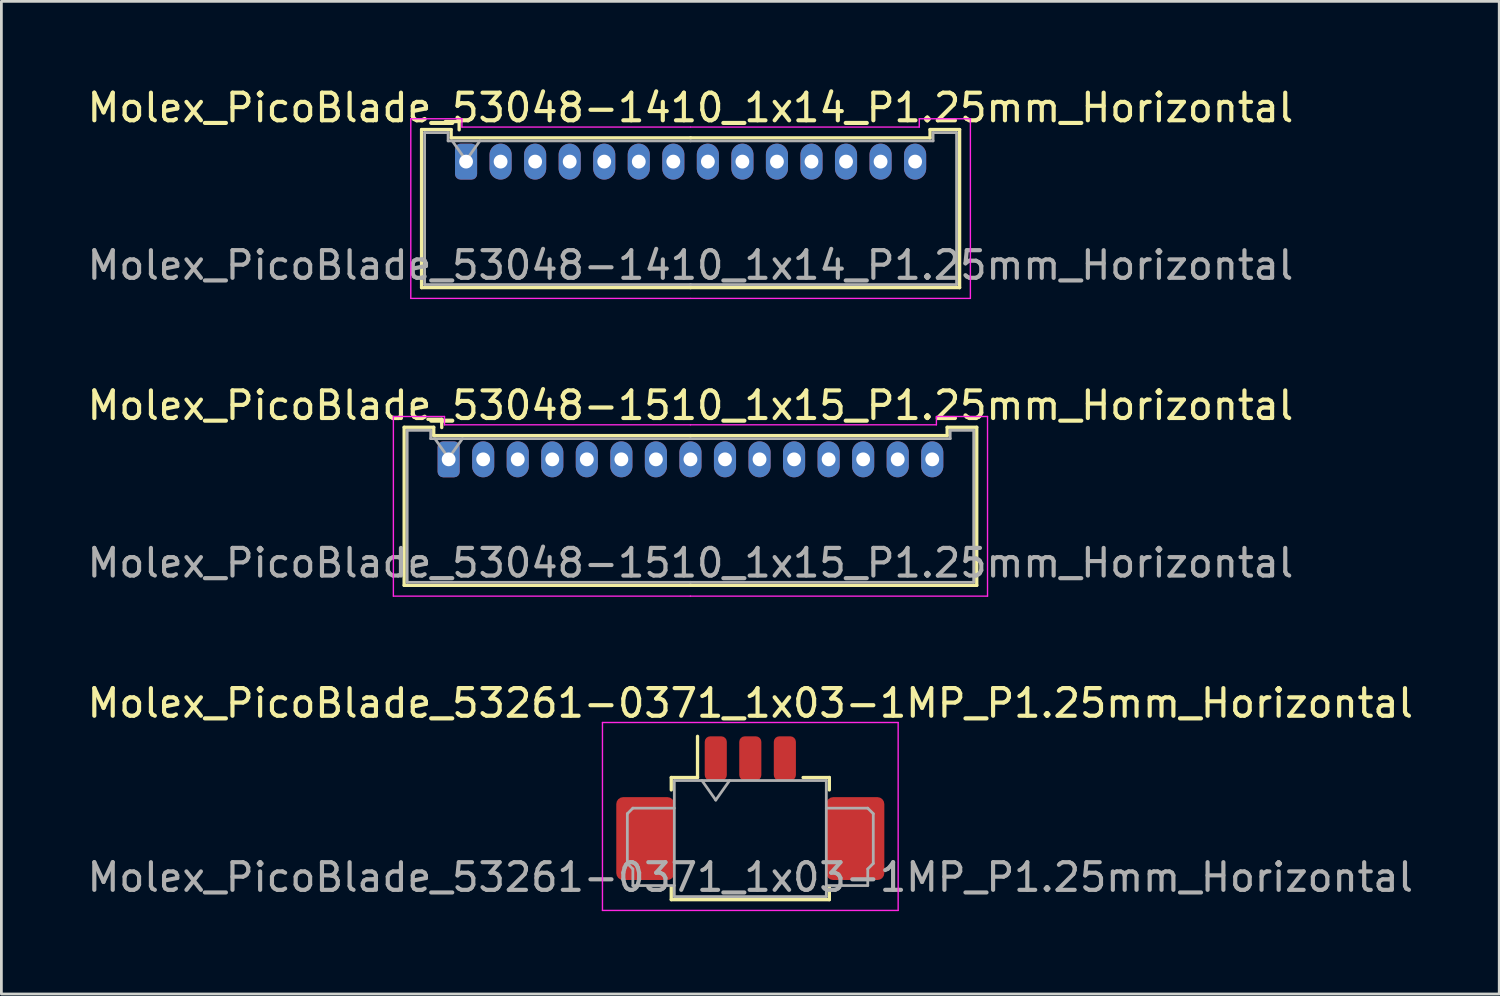
<source format=kicad_pcb>
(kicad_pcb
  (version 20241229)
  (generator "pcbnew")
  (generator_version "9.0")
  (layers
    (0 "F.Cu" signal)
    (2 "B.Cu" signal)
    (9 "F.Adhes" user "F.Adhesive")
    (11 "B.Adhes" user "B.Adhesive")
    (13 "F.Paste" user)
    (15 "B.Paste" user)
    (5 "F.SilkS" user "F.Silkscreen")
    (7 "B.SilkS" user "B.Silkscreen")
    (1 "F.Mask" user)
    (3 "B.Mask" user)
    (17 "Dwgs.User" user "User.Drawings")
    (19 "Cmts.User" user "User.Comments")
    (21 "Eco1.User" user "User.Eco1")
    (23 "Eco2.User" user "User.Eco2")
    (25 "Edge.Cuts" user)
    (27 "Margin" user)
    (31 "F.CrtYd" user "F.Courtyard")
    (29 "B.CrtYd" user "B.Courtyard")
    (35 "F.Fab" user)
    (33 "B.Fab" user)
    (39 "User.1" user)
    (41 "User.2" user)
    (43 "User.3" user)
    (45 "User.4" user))
  (footprint "Molex_PicoBlade_53261-0371_1x03-1MP_P1.25mm_Horizontal"
    (layer "F.Cu")
    (at 24.101 26.795)
    (property "Reference" "Molex_PicoBlade_53261-0371_1x03-1MP_P1.25mm_Horizontal" (at 0 -4.4 0) (layer "F.SilkS") (effects (font (size 1 1) (thickness 0.15))))
    (attr smd)
    (fp_line (start -2.86 -1.71) (end -1.91 -1.71) (stroke (width 0.12) (type solid)) (layer "F.SilkS"))
    (fp_line (start -2.86 -1.26) (end -2.86 -1.71) (stroke (width 0.12) (type solid)) (layer "F.SilkS"))
    (fp_line (start -2.86 2.26) (end -2.86 2.71) (stroke (width 0.12) (type solid)) (layer "F.SilkS"))
    (fp_line (start -2.86 2.71) (end 2.86 2.71) (stroke (width 0.12) (type solid)) (layer "F.SilkS"))
    (fp_line (start -1.91 -1.71) (end -1.91 -3.2) (stroke (width 0.12) (type solid)) (layer "F.SilkS"))
    (fp_line (start 2.86 -1.71) (end 1.91 -1.71) (stroke (width 0.12) (type solid)) (layer "F.SilkS"))
    (fp_line (start 2.86 -1.26) (end 2.86 -1.71) (stroke (width 0.12) (type solid)) (layer "F.SilkS"))
    (fp_line (start 2.86 2.71) (end 2.86 2.26) (stroke (width 0.12) (type solid)) (layer "F.SilkS"))
    (fp_line (start -5.35 -3.7) (end -5.35 3.1) (stroke (width 0.05) (type solid)) (layer "F.CrtYd"))
    (fp_line (start -5.35 3.1) (end 5.35 3.1) (stroke (width 0.05) (type solid)) (layer "F.CrtYd"))
    (fp_line (start 5.35 -3.7) (end -5.35 -3.7) (stroke (width 0.05) (type solid)) (layer "F.CrtYd"))
    (fp_line (start 5.35 3.1) (end 5.35 -3.7) (stroke (width 0.05) (type solid)) (layer "F.CrtYd"))
    (fp_line (start -4.45 -0.4) (end -4.45 1.4) (stroke (width 0.1) (type solid)) (layer "F.Fab"))
    (fp_line (start -4.45 1.4) (end -4.25 1.6) (stroke (width 0.1) (type solid)) (layer "F.Fab"))
    (fp_line (start -4.25 -0.6) (end -4.45 -0.4) (stroke (width 0.1) (type solid)) (layer "F.Fab"))
    (fp_line (start -4.25 1.6) (end -4.25 2.2) (stroke (width 0.1) (type solid)) (layer "F.Fab"))
    (fp_line (start -4.25 2.2) (end -2.75 2.2) (stroke (width 0.1) (type solid)) (layer "F.Fab"))
    (fp_line (start -2.75 -1.6) (end -2.75 2.6) (stroke (width 0.1) (type solid)) (layer "F.Fab"))
    (fp_line (start -2.75 -1.6) (end 2.75 -1.6) (stroke (width 0.1) (type solid)) (layer "F.Fab"))
    (fp_line (start -2.75 -0.6) (end -4.25 -0.6) (stroke (width 0.1) (type solid)) (layer "F.Fab"))
    (fp_line (start -2.75 2.6) (end 2.75 2.6) (stroke (width 0.1) (type solid)) (layer "F.Fab"))
    (fp_line (start -1.75 -1.6) (end -1.25 -0.893) (stroke (width 0.1) (type solid)) (layer "F.Fab"))
    (fp_line (start -1.25 -0.893) (end -0.75 -1.6) (stroke (width 0.1) (type solid)) (layer "F.Fab"))
    (fp_line (start 2.75 -1.6) (end 2.75 2.6) (stroke (width 0.1) (type solid)) (layer "F.Fab"))
    (fp_line (start 2.75 -0.6) (end 4.25 -0.6) (stroke (width 0.1) (type solid)) (layer "F.Fab"))
    (fp_line (start 4.25 -0.6) (end 4.45 -0.4) (stroke (width 0.1) (type solid)) (layer "F.Fab"))
    (fp_line (start 4.25 1.6) (end 4.25 2.2) (stroke (width 0.1) (type solid)) (layer "F.Fab"))
    (fp_line (start 4.25 2.2) (end 2.75 2.2) (stroke (width 0.1) (type solid)) (layer "F.Fab"))
    (fp_line (start 4.45 -0.4) (end 4.45 1.4) (stroke (width 0.1) (type solid)) (layer "F.Fab"))
    (fp_line (start 4.45 1.4) (end 4.25 1.6) (stroke (width 0.1) (type solid)) (layer "F.Fab"))
    (fp_text user "${REFERENCE}" (at 0 1.9 0) (layer "F.Fab") (effects (font (size 1 1) (thickness 0.15))))
    (pad "1" smd roundrect (at -1.25 -2.4) (size 0.8 1.6) (layers "F.Cu" "F.Mask" "F.Paste") (roundrect_rratio 0.25))
    (pad "2" smd roundrect (at 0 -2.4) (size 0.8 1.6) (layers "F.Cu" "F.Mask" "F.Paste") (roundrect_rratio 0.25))
    (pad "3" smd roundrect (at 1.25 -2.4) (size 0.8 1.6) (layers "F.Cu" "F.Mask" "F.Paste") (roundrect_rratio 0.25))
    (pad "MP" smd roundrect (at -3.8 0.5) (size 2.1 3) (layers "F.Cu" "F.Mask" "F.Paste") (roundrect_rratio 0.119))
    (pad "MP" smd roundrect (at 3.8 0.5) (size 2.1 3) (layers "F.Cu" "F.Mask" "F.Paste") (roundrect_rratio 0.119)))
  (footprint "Molex_PicoBlade_53048-1410_1x14_P1.25mm_Horizontal"
    (layer "F.Cu")
    (at 13.815 2.798)
    (property "Reference" "Molex_PicoBlade_53048-1410_1x14_P1.25mm_Horizontal" (at 8.12 -1.95 0) (layer "F.SilkS") (effects (font (size 1 1) (thickness 0.15))))
    (attr through_hole)
    (fp_line (start -1.61 -1.16) (end -1.61 4.56) (stroke (width 0.12) (type solid)) (layer "F.SilkS"))
    (fp_line (start -1.61 4.56) (end 8.125 4.56) (stroke (width 0.12) (type solid)) (layer "F.SilkS"))
    (fp_line (start -0.54 -1.16) (end -1.61 -1.16) (stroke (width 0.12) (type solid)) (layer "F.SilkS"))
    (fp_line (start -0.54 -0.86) (end -0.54 -1.16) (stroke (width 0.12) (type solid)) (layer "F.SilkS"))
    (fp_line (start -0.25 -1.45) (end -0.75 -1.45) (stroke (width 0.12) (type solid)) (layer "F.SilkS"))
    (fp_line (start -0.25 -1.15) (end -0.25 -1.45) (stroke (width 0.12) (type solid)) (layer "F.SilkS"))
    (fp_line (start 8.125 -0.86) (end -0.54 -0.86) (stroke (width 0.12) (type solid)) (layer "F.SilkS"))
    (fp_line (start 8.125 -0.86) (end 16.79 -0.86) (stroke (width 0.12) (type solid)) (layer "F.SilkS"))
    (fp_line (start 16.79 -1.16) (end 17.86 -1.16) (stroke (width 0.12) (type solid)) (layer "F.SilkS"))
    (fp_line (start 16.79 -0.86) (end 16.79 -1.16) (stroke (width 0.12) (type solid)) (layer "F.SilkS"))
    (fp_line (start 17.86 -1.16) (end 17.86 4.56) (stroke (width 0.12) (type solid)) (layer "F.SilkS"))
    (fp_line (start 17.86 4.56) (end 8.125 4.56) (stroke (width 0.12) (type solid)) (layer "F.SilkS"))
    (fp_line (start -2 -1.55) (end -2 4.95) (stroke (width 0.05) (type solid)) (layer "F.CrtYd"))
    (fp_line (start -2 4.95) (end 8.12 4.95) (stroke (width 0.05) (type solid)) (layer "F.CrtYd"))
    (fp_line (start -0.15 -1.55) (end -2 -1.55) (stroke (width 0.05) (type solid)) (layer "F.CrtYd"))
    (fp_line (start -0.15 -1.25) (end -0.15 -1.55) (stroke (width 0.05) (type solid)) (layer "F.CrtYd"))
    (fp_line (start 8.12 -1.25) (end -0.15 -1.25) (stroke (width 0.05) (type solid)) (layer "F.CrtYd"))
    (fp_line (start 8.13 -1.25) (end 16.4 -1.25) (stroke (width 0.05) (type solid)) (layer "F.CrtYd"))
    (fp_line (start 16.4 -1.55) (end 18.25 -1.55) (stroke (width 0.05) (type solid)) (layer "F.CrtYd"))
    (fp_line (start 16.4 -1.25) (end 16.4 -1.55) (stroke (width 0.05) (type solid)) (layer "F.CrtYd"))
    (fp_line (start 18.25 -1.55) (end 18.25 4.95) (stroke (width 0.05) (type solid)) (layer "F.CrtYd"))
    (fp_line (start 18.25 4.95) (end 8.13 4.95) (stroke (width 0.05) (type solid)) (layer "F.CrtYd"))
    (fp_line (start -1.5 -1.05) (end -1.5 4.45) (stroke (width 0.1) (type solid)) (layer "F.Fab"))
    (fp_line (start -1.5 4.45) (end 8.125 4.45) (stroke (width 0.1) (type solid)) (layer "F.Fab"))
    (fp_line (start -0.65 -1.05) (end -1.5 -1.05) (stroke (width 0.1) (type solid)) (layer "F.Fab"))
    (fp_line (start -0.65 -0.75) (end -0.65 -1.05) (stroke (width 0.1) (type solid)) (layer "F.Fab"))
    (fp_line (start -0.5 -0.75) (end 0 -0.043) (stroke (width 0.1) (type solid)) (layer "F.Fab"))
    (fp_line (start 0 -0.043) (end 0.5 -0.75) (stroke (width 0.1) (type solid)) (layer "F.Fab"))
    (fp_line (start 8.125 -0.75) (end -0.65 -0.75) (stroke (width 0.1) (type solid)) (layer "F.Fab"))
    (fp_line (start 8.125 -0.75) (end 16.9 -0.75) (stroke (width 0.1) (type solid)) (layer "F.Fab"))
    (fp_line (start 16.9 -1.05) (end 17.75 -1.05) (stroke (width 0.1) (type solid)) (layer "F.Fab"))
    (fp_line (start 16.9 -0.75) (end 16.9 -1.05) (stroke (width 0.1) (type solid)) (layer "F.Fab"))
    (fp_line (start 17.75 -1.05) (end 17.75 4.45) (stroke (width 0.1) (type solid)) (layer "F.Fab"))
    (fp_line (start 17.75 4.45) (end 8.125 4.45) (stroke (width 0.1) (type solid)) (layer "F.Fab"))
    (fp_text user "${REFERENCE}" (at 8.12 3.75 0) (layer "F.Fab") (effects (font (size 1 1) (thickness 0.15))))
    (pad "1" thru_hole roundrect (at 0 0) (size 0.8 1.3) (drill 0.5) (layers "*.Cu" "*.Mask") (roundrect_rratio 0.25))
    (pad "2" thru_hole oval (at 1.25 0) (size 0.8 1.3) (drill 0.5) (layers "*.Cu" "*.Mask"))
    (pad "3" thru_hole oval (at 2.5 0) (size 0.8 1.3) (drill 0.5) (layers "*.Cu" "*.Mask"))
    (pad "4" thru_hole oval (at 3.75 0) (size 0.8 1.3) (drill 0.5) (layers "*.Cu" "*.Mask"))
    (pad "5" thru_hole oval (at 5 0) (size 0.8 1.3) (drill 0.5) (layers "*.Cu" "*.Mask"))
    (pad "6" thru_hole oval (at 6.25 0) (size 0.8 1.3) (drill 0.5) (layers "*.Cu" "*.Mask"))
    (pad "7" thru_hole oval (at 7.5 0) (size 0.8 1.3) (drill 0.5) (layers "*.Cu" "*.Mask"))
    (pad "8" thru_hole oval (at 8.75 0) (size 0.8 1.3) (drill 0.5) (layers "*.Cu" "*.Mask"))
    (pad "9" thru_hole oval (at 10 0) (size 0.8 1.3) (drill 0.5) (layers "*.Cu" "*.Mask"))
    (pad "10" thru_hole oval (at 11.25 0) (size 0.8 1.3) (drill 0.5) (layers "*.Cu" "*.Mask"))
    (pad "11" thru_hole oval (at 12.5 0) (size 0.8 1.3) (drill 0.5) (layers "*.Cu" "*.Mask"))
    (pad "12" thru_hole oval (at 13.75 0) (size 0.8 1.3) (drill 0.5) (layers "*.Cu" "*.Mask"))
    (pad "13" thru_hole oval (at 15 0) (size 0.8 1.3) (drill 0.5) (layers "*.Cu" "*.Mask"))
    (pad "14" thru_hole oval (at 16.25 0) (size 0.8 1.3) (drill 0.5) (layers "*.Cu" "*.Mask")))
  (footprint "Molex_PicoBlade_53048-1510_1x15_P1.25mm_Horizontal"
    (layer "F.Cu")
    (at 13.185 13.572)
    (property "Reference" "Molex_PicoBlade_53048-1510_1x15_P1.25mm_Horizontal" (at 8.75 -1.95 0) (layer "F.SilkS") (effects (font (size 1 1) (thickness 0.15))))
    (attr through_hole)
    (fp_line (start -1.61 -1.16) (end -1.61 4.56) (stroke (width 0.12) (type solid)) (layer "F.SilkS"))
    (fp_line (start -1.61 4.56) (end 8.75 4.56) (stroke (width 0.12) (type solid)) (layer "F.SilkS"))
    (fp_line (start -0.54 -1.16) (end -1.61 -1.16) (stroke (width 0.12) (type solid)) (layer "F.SilkS"))
    (fp_line (start -0.54 -0.86) (end -0.54 -1.16) (stroke (width 0.12) (type solid)) (layer "F.SilkS"))
    (fp_line (start -0.25 -1.45) (end -0.75 -1.45) (stroke (width 0.12) (type solid)) (layer "F.SilkS"))
    (fp_line (start -0.25 -1.15) (end -0.25 -1.45) (stroke (width 0.12) (type solid)) (layer "F.SilkS"))
    (fp_line (start 8.75 -0.86) (end -0.54 -0.86) (stroke (width 0.12) (type solid)) (layer "F.SilkS"))
    (fp_line (start 8.75 -0.86) (end 18.04 -0.86) (stroke (width 0.12) (type solid)) (layer "F.SilkS"))
    (fp_line (start 18.04 -1.16) (end 19.11 -1.16) (stroke (width 0.12) (type solid)) (layer "F.SilkS"))
    (fp_line (start 18.04 -0.86) (end 18.04 -1.16) (stroke (width 0.12) (type solid)) (layer "F.SilkS"))
    (fp_line (start 19.11 -1.16) (end 19.11 4.56) (stroke (width 0.12) (type solid)) (layer "F.SilkS"))
    (fp_line (start 19.11 4.56) (end 8.75 4.56) (stroke (width 0.12) (type solid)) (layer "F.SilkS"))
    (fp_line (start -2 -1.55) (end -2 4.95) (stroke (width 0.05) (type solid)) (layer "F.CrtYd"))
    (fp_line (start -2 4.95) (end 8.75 4.95) (stroke (width 0.05) (type solid)) (layer "F.CrtYd"))
    (fp_line (start -0.15 -1.55) (end -2 -1.55) (stroke (width 0.05) (type solid)) (layer "F.CrtYd"))
    (fp_line (start -0.15 -1.25) (end -0.15 -1.55) (stroke (width 0.05) (type solid)) (layer "F.CrtYd"))
    (fp_line (start 8.75 -1.25) (end -0.15 -1.25) (stroke (width 0.05) (type solid)) (layer "F.CrtYd"))
    (fp_line (start 8.75 -1.25) (end 17.65 -1.25) (stroke (width 0.05) (type solid)) (layer "F.CrtYd"))
    (fp_line (start 17.65 -1.55) (end 19.5 -1.55) (stroke (width 0.05) (type solid)) (layer "F.CrtYd"))
    (fp_line (start 17.65 -1.25) (end 17.65 -1.55) (stroke (width 0.05) (type solid)) (layer "F.CrtYd"))
    (fp_line (start 19.5 -1.55) (end 19.5 4.95) (stroke (width 0.05) (type solid)) (layer "F.CrtYd"))
    (fp_line (start 19.5 4.95) (end 8.75 4.95) (stroke (width 0.05) (type solid)) (layer "F.CrtYd"))
    (fp_line (start -1.5 -1.05) (end -1.5 4.45) (stroke (width 0.1) (type solid)) (layer "F.Fab"))
    (fp_line (start -1.5 4.45) (end 8.75 4.45) (stroke (width 0.1) (type solid)) (layer "F.Fab"))
    (fp_line (start -0.65 -1.05) (end -1.5 -1.05) (stroke (width 0.1) (type solid)) (layer "F.Fab"))
    (fp_line (start -0.65 -0.75) (end -0.65 -1.05) (stroke (width 0.1) (type solid)) (layer "F.Fab"))
    (fp_line (start -0.5 -0.75) (end 0 -0.043) (stroke (width 0.1) (type solid)) (layer "F.Fab"))
    (fp_line (start 0 -0.043) (end 0.5 -0.75) (stroke (width 0.1) (type solid)) (layer "F.Fab"))
    (fp_line (start 8.75 -0.75) (end -0.65 -0.75) (stroke (width 0.1) (type solid)) (layer "F.Fab"))
    (fp_line (start 8.75 -0.75) (end 18.15 -0.75) (stroke (width 0.1) (type solid)) (layer "F.Fab"))
    (fp_line (start 18.15 -1.05) (end 19 -1.05) (stroke (width 0.1) (type solid)) (layer "F.Fab"))
    (fp_line (start 18.15 -0.75) (end 18.15 -1.05) (stroke (width 0.1) (type solid)) (layer "F.Fab"))
    (fp_line (start 19 -1.05) (end 19 4.45) (stroke (width 0.1) (type solid)) (layer "F.Fab"))
    (fp_line (start 19 4.45) (end 8.75 4.45) (stroke (width 0.1) (type solid)) (layer "F.Fab"))
    (fp_text user "${REFERENCE}" (at 8.75 3.75 0) (layer "F.Fab") (effects (font (size 1 1) (thickness 0.15))))
    (pad "1" thru_hole roundrect (at 0 0) (size 0.8 1.3) (drill 0.5) (layers "*.Cu" "*.Mask") (roundrect_rratio 0.25))
    (pad "2" thru_hole oval (at 1.25 0) (size 0.8 1.3) (drill 0.5) (layers "*.Cu" "*.Mask"))
    (pad "3" thru_hole oval (at 2.5 0) (size 0.8 1.3) (drill 0.5) (layers "*.Cu" "*.Mask"))
    (pad "4" thru_hole oval (at 3.75 0) (size 0.8 1.3) (drill 0.5) (layers "*.Cu" "*.Mask"))
    (pad "5" thru_hole oval (at 5 0) (size 0.8 1.3) (drill 0.5) (layers "*.Cu" "*.Mask"))
    (pad "6" thru_hole oval (at 6.25 0) (size 0.8 1.3) (drill 0.5) (layers "*.Cu" "*.Mask"))
    (pad "7" thru_hole oval (at 7.5 0) (size 0.8 1.3) (drill 0.5) (layers "*.Cu" "*.Mask"))
    (pad "8" thru_hole oval (at 8.75 0) (size 0.8 1.3) (drill 0.5) (layers "*.Cu" "*.Mask"))
    (pad "9" thru_hole oval (at 10 0) (size 0.8 1.3) (drill 0.5) (layers "*.Cu" "*.Mask"))
    (pad "10" thru_hole oval (at 11.25 0) (size 0.8 1.3) (drill 0.5) (layers "*.Cu" "*.Mask"))
    (pad "11" thru_hole oval (at 12.5 0) (size 0.8 1.3) (drill 0.5) (layers "*.Cu" "*.Mask"))
    (pad "12" thru_hole oval (at 13.75 0) (size 0.8 1.3) (drill 0.5) (layers "*.Cu" "*.Mask"))
    (pad "13" thru_hole oval (at 15 0) (size 0.8 1.3) (drill 0.5) (layers "*.Cu" "*.Mask"))
    (pad "14" thru_hole oval (at 16.25 0) (size 0.8 1.3) (drill 0.5) (layers "*.Cu" "*.Mask"))
    (pad "15" thru_hole oval (at 17.5 0) (size 0.8 1.3) (drill 0.5) (layers "*.Cu" "*.Mask")))
  (gr_rect
    (start -3 -3)
    (end 51.202 32.92)
    (stroke (width 0.1) (type default))
    (fill no)
    (layer "Edge.Cuts")))
</source>
